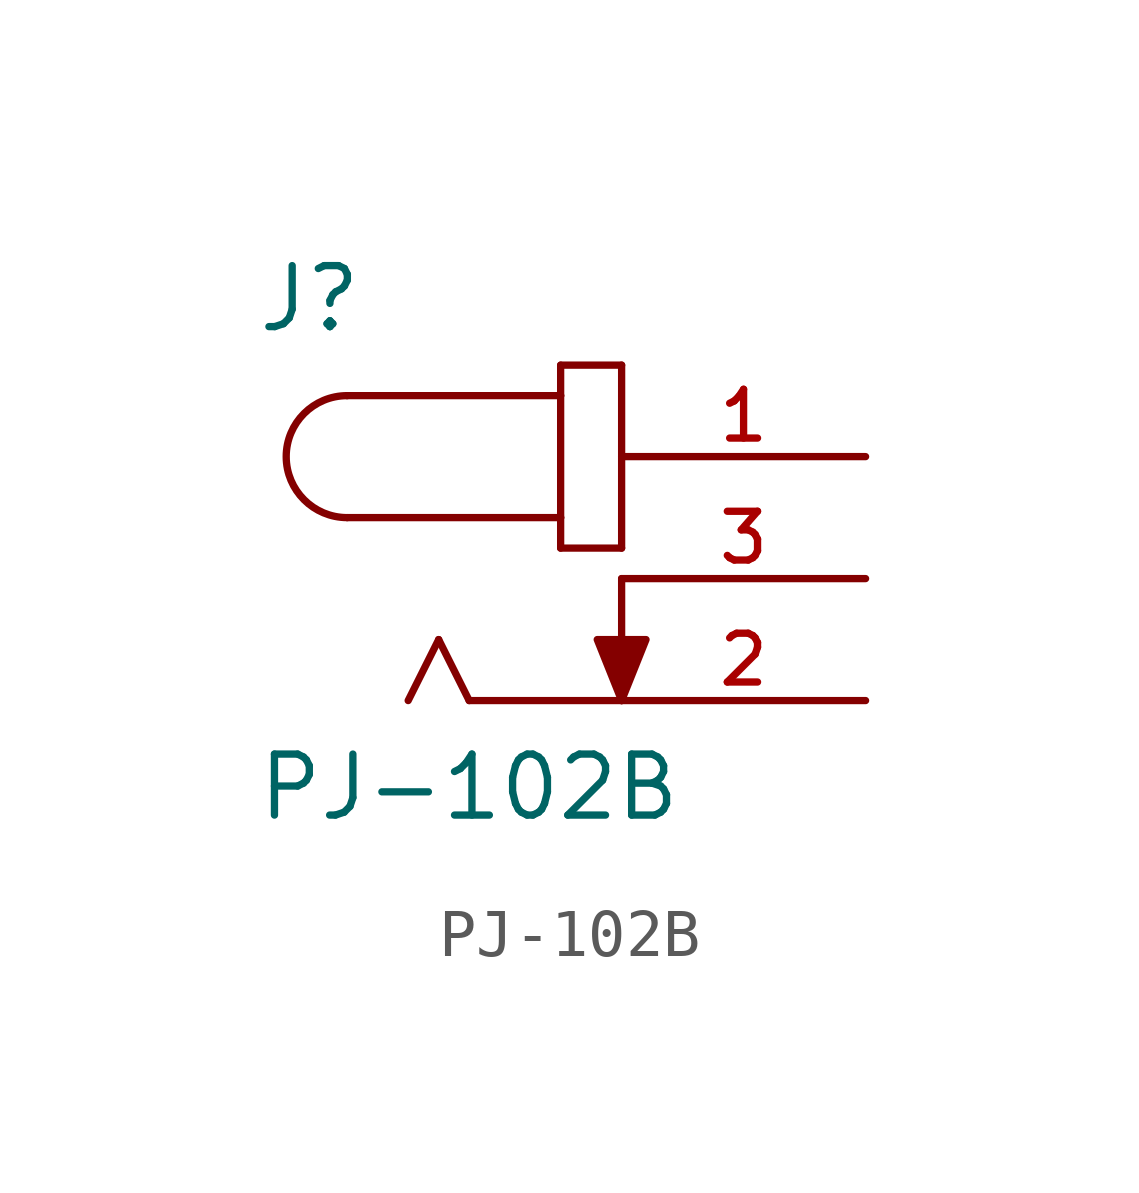
<source format=kicad_sym>
(kicad_symbol_lib
  (version 20211014)
  (generator kicad_symbol_editor)
  (symbol "PJ-102B"
    (pin_names
      (offset 1.016))
    (property "Reference" "J"
      (at -7.626 5.084 0)
      (effects (font (size 1.27 1.27)) (justify bottom left)))
    (property "Value" "PJ-102B"
      (at -7.632 -5.088 0)
      (effects (font (size 1.27 1.27)) (justify bottom left)))
    (symbol "PJ-102B_0_0"
      (arc (start -5.715 3.81) (mid -6.985 2.54) (end -5.715 1.27) (stroke (width 0.1524) (type default) (color 0 0 0 0)) (fill (type none)))
      (polyline (pts (xy -5.715 3.81) (xy -1.27 3.81)) (stroke (width 0.152)))
      (polyline (pts (xy -1.27 3.81) (xy -1.27 1.27)) (stroke (width 0.152)))
      (polyline (pts (xy -1.27 1.27) (xy -5.715 1.27)) (stroke (width 0.152)))
      (polyline (pts (xy -1.27 1.27) (xy -1.27 0.635)) (stroke (width 0.152)))
      (polyline (pts (xy -1.27 0.635) (xy 0.0 0.635)) (stroke (width 0.152)))
      (polyline (pts (xy 0.0 0.635) (xy 0.0 4.445)) (stroke (width 0.152)))
      (polyline (pts (xy 0.0 4.445) (xy -1.27 4.445)) (stroke (width 0.152)))
      (polyline (pts (xy -1.27 4.445) (xy -1.27 3.81)) (stroke (width 0.152)))
      (polyline (pts (xy 0.0 -2.54) (xy -3.175 -2.54)) (stroke (width 0.152)))
      (polyline (pts (xy -3.175 -2.54) (xy -3.81 -1.27)) (stroke (width 0.152)))
      (polyline (pts (xy -3.81 -1.27) (xy -4.445 -2.54)) (stroke (width 0.152)))
      (polyline (pts (xy 0.0 0.0) (xy 0.0 -2.54)) (stroke (width 0.152)))
      (polyline (pts (xy 0.0 -2.54) (xy -0.508 -1.27) (xy 0.508 -1.27) (xy 0.0 -2.54)) (stroke (width 0.152)) (fill (type outline)))
      (pin passive line (at 5.08 2.54 180.0) (length 5.08) (name "~" (effects (font (size 1.016 1.016)))) (number "1" (effects (font (size 1.016 1.016)))))
      (pin passive line (at 5.08 0.0 180.0) (length 5.08) (name "~" (effects (font (size 1.016 1.016)))) (number "3" (effects (font (size 1.016 1.016)))))
      (pin passive line (at 5.08 -2.54 180.0) (length 5.08) (name "~" (effects (font (size 1.016 1.016)))) (number "2" (effects (font (size 1.016 1.016))))))))
</source>
